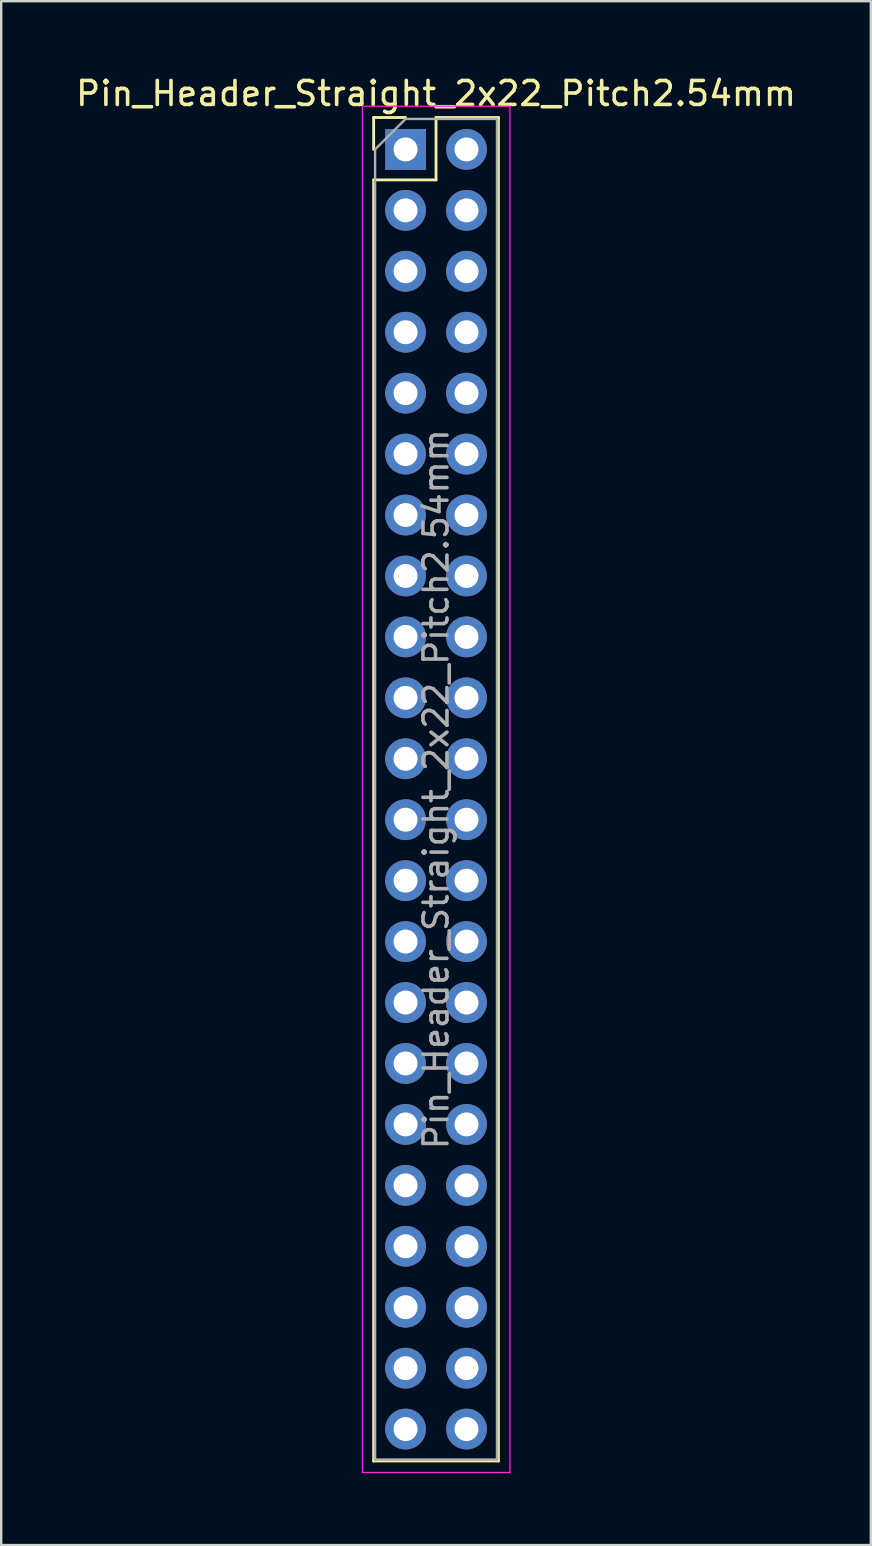
<source format=kicad_pcb>
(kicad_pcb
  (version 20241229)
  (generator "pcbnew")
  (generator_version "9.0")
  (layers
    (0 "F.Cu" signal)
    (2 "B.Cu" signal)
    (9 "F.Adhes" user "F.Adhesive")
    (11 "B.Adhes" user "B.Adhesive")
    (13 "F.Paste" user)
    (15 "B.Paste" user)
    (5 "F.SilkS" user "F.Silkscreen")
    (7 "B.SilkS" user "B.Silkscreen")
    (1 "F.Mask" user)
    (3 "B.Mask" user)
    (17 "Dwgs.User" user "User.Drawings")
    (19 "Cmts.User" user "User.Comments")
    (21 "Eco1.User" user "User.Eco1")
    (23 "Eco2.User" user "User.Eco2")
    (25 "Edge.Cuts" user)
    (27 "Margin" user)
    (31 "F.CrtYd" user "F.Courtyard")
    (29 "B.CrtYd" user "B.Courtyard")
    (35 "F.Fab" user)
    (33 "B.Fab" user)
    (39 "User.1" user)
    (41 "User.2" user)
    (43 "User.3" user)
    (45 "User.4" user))
  (footprint "Pin_Header_Straight_2x22_Pitch2.54mm"
    (layer "F.Cu")
    (at 13.855 3.178)
    (property "Reference" "Pin_Header_Straight_2x22_Pitch2.54mm" (at 1.27 -2.33 0) (layer "F.SilkS") (effects (font (size 1 1) (thickness 0.15))))
    (attr through_hole)
    (fp_line (start -1.33 -1.33) (end 0 -1.33) (stroke (width 0.12) (type solid)) (layer "F.SilkS"))
    (fp_line (start -1.33 0) (end -1.33 -1.33) (stroke (width 0.12) (type solid)) (layer "F.SilkS"))
    (fp_line (start -1.33 1.27) (end -1.33 54.67) (stroke (width 0.12) (type solid)) (layer "F.SilkS"))
    (fp_line (start -1.33 1.27) (end 1.27 1.27) (stroke (width 0.12) (type solid)) (layer "F.SilkS"))
    (fp_line (start -1.33 54.67) (end 3.87 54.67) (stroke (width 0.12) (type solid)) (layer "F.SilkS"))
    (fp_line (start 1.27 -1.33) (end 3.87 -1.33) (stroke (width 0.12) (type solid)) (layer "F.SilkS"))
    (fp_line (start 1.27 1.27) (end 1.27 -1.33) (stroke (width 0.12) (type solid)) (layer "F.SilkS"))
    (fp_line (start 3.87 -1.33) (end 3.87 54.67) (stroke (width 0.12) (type solid)) (layer "F.SilkS"))
    (fp_line (start -1.8 -1.8) (end -1.8 55.15) (stroke (width 0.05) (type solid)) (layer "F.CrtYd"))
    (fp_line (start -1.8 55.15) (end 4.35 55.15) (stroke (width 0.05) (type solid)) (layer "F.CrtYd"))
    (fp_line (start 4.35 -1.8) (end -1.8 -1.8) (stroke (width 0.05) (type solid)) (layer "F.CrtYd"))
    (fp_line (start 4.35 55.15) (end 4.35 -1.8) (stroke (width 0.05) (type solid)) (layer "F.CrtYd"))
    (fp_line (start -1.27 0) (end 0 -1.27) (stroke (width 0.1) (type solid)) (layer "F.Fab"))
    (fp_line (start -1.27 54.61) (end -1.27 0) (stroke (width 0.1) (type solid)) (layer "F.Fab"))
    (fp_line (start 0 -1.27) (end 3.81 -1.27) (stroke (width 0.1) (type solid)) (layer "F.Fab"))
    (fp_line (start 3.81 -1.27) (end 3.81 54.61) (stroke (width 0.1) (type solid)) (layer "F.Fab"))
    (fp_line (start 3.81 54.61) (end -1.27 54.61) (stroke (width 0.1) (type solid)) (layer "F.Fab"))
    (fp_text user "${REFERENCE}" (at 1.27 26.67 90) (layer "F.Fab") (effects (font (size 1 1) (thickness 0.15))))
    (pad "1" thru_hole rect (at 0 0) (size 1.7 1.7) (drill 1) (layers "*.Cu" "*.Mask"))
    (pad "2" thru_hole oval (at 2.54 0) (size 1.7 1.7) (drill 1) (layers "*.Cu" "*.Mask"))
    (pad "3" thru_hole oval (at 0 2.54) (size 1.7 1.7) (drill 1) (layers "*.Cu" "*.Mask"))
    (pad "4" thru_hole oval (at 2.54 2.54) (size 1.7 1.7) (drill 1) (layers "*.Cu" "*.Mask"))
    (pad "5" thru_hole oval (at 0 5.08) (size 1.7 1.7) (drill 1) (layers "*.Cu" "*.Mask"))
    (pad "6" thru_hole oval (at 2.54 5.08) (size 1.7 1.7) (drill 1) (layers "*.Cu" "*.Mask"))
    (pad "7" thru_hole oval (at 0 7.62) (size 1.7 1.7) (drill 1) (layers "*.Cu" "*.Mask"))
    (pad "8" thru_hole oval (at 2.54 7.62) (size 1.7 1.7) (drill 1) (layers "*.Cu" "*.Mask"))
    (pad "9" thru_hole oval (at 0 10.16) (size 1.7 1.7) (drill 1) (layers "*.Cu" "*.Mask"))
    (pad "10" thru_hole oval (at 2.54 10.16) (size 1.7 1.7) (drill 1) (layers "*.Cu" "*.Mask"))
    (pad "11" thru_hole oval (at 0 12.7) (size 1.7 1.7) (drill 1) (layers "*.Cu" "*.Mask"))
    (pad "12" thru_hole oval (at 2.54 12.7) (size 1.7 1.7) (drill 1) (layers "*.Cu" "*.Mask"))
    (pad "13" thru_hole oval (at 0 15.24) (size 1.7 1.7) (drill 1) (layers "*.Cu" "*.Mask"))
    (pad "14" thru_hole oval (at 2.54 15.24) (size 1.7 1.7) (drill 1) (layers "*.Cu" "*.Mask"))
    (pad "15" thru_hole oval (at 0 17.78) (size 1.7 1.7) (drill 1) (layers "*.Cu" "*.Mask"))
    (pad "16" thru_hole oval (at 2.54 17.78) (size 1.7 1.7) (drill 1) (layers "*.Cu" "*.Mask"))
    (pad "17" thru_hole oval (at 0 20.32) (size 1.7 1.7) (drill 1) (layers "*.Cu" "*.Mask"))
    (pad "18" thru_hole oval (at 2.54 20.32) (size 1.7 1.7) (drill 1) (layers "*.Cu" "*.Mask"))
    (pad "19" thru_hole oval (at 0 22.86) (size 1.7 1.7) (drill 1) (layers "*.Cu" "*.Mask"))
    (pad "20" thru_hole oval (at 2.54 22.86) (size 1.7 1.7) (drill 1) (layers "*.Cu" "*.Mask"))
    (pad "21" thru_hole oval (at 0 25.4) (size 1.7 1.7) (drill 1) (layers "*.Cu" "*.Mask"))
    (pad "22" thru_hole oval (at 2.54 25.4) (size 1.7 1.7) (drill 1) (layers "*.Cu" "*.Mask"))
    (pad "23" thru_hole oval (at 0 27.94) (size 1.7 1.7) (drill 1) (layers "*.Cu" "*.Mask"))
    (pad "24" thru_hole oval (at 2.54 27.94) (size 1.7 1.7) (drill 1) (layers "*.Cu" "*.Mask"))
    (pad "25" thru_hole oval (at 0 30.48) (size 1.7 1.7) (drill 1) (layers "*.Cu" "*.Mask"))
    (pad "26" thru_hole oval (at 2.54 30.48) (size 1.7 1.7) (drill 1) (layers "*.Cu" "*.Mask"))
    (pad "27" thru_hole oval (at 0 33.02) (size 1.7 1.7) (drill 1) (layers "*.Cu" "*.Mask"))
    (pad "28" thru_hole oval (at 2.54 33.02) (size 1.7 1.7) (drill 1) (layers "*.Cu" "*.Mask"))
    (pad "29" thru_hole oval (at 0 35.56) (size 1.7 1.7) (drill 1) (layers "*.Cu" "*.Mask"))
    (pad "30" thru_hole oval (at 2.54 35.56) (size 1.7 1.7) (drill 1) (layers "*.Cu" "*.Mask"))
    (pad "31" thru_hole oval (at 0 38.1) (size 1.7 1.7) (drill 1) (layers "*.Cu" "*.Mask"))
    (pad "32" thru_hole oval (at 2.54 38.1) (size 1.7 1.7) (drill 1) (layers "*.Cu" "*.Mask"))
    (pad "33" thru_hole oval (at 0 40.64) (size 1.7 1.7) (drill 1) (layers "*.Cu" "*.Mask"))
    (pad "34" thru_hole oval (at 2.54 40.64) (size 1.7 1.7) (drill 1) (layers "*.Cu" "*.Mask"))
    (pad "35" thru_hole oval (at 0 43.18) (size 1.7 1.7) (drill 1) (layers "*.Cu" "*.Mask"))
    (pad "36" thru_hole oval (at 2.54 43.18) (size 1.7 1.7) (drill 1) (layers "*.Cu" "*.Mask"))
    (pad "37" thru_hole oval (at 0 45.72) (size 1.7 1.7) (drill 1) (layers "*.Cu" "*.Mask"))
    (pad "38" thru_hole oval (at 2.54 45.72) (size 1.7 1.7) (drill 1) (layers "*.Cu" "*.Mask"))
    (pad "39" thru_hole oval (at 0 48.26) (size 1.7 1.7) (drill 1) (layers "*.Cu" "*.Mask"))
    (pad "40" thru_hole oval (at 2.54 48.26) (size 1.7 1.7) (drill 1) (layers "*.Cu" "*.Mask"))
    (pad "41" thru_hole oval (at 0 50.8) (size 1.7 1.7) (drill 1) (layers "*.Cu" "*.Mask"))
    (pad "42" thru_hole oval (at 2.54 50.8) (size 1.7 1.7) (drill 1) (layers "*.Cu" "*.Mask"))
    (pad "43" thru_hole oval (at 0 53.34) (size 1.7 1.7) (drill 1) (layers "*.Cu" "*.Mask"))
    (pad "44" thru_hole oval (at 2.54 53.34) (size 1.7 1.7) (drill 1) (layers "*.Cu" "*.Mask")))
  (gr_rect
    (start -3 -3)
    (end 33.25 61.353)
    (stroke (width 0.1) (type default))
    (fill no)
    (layer "Edge.Cuts")))
</source>
